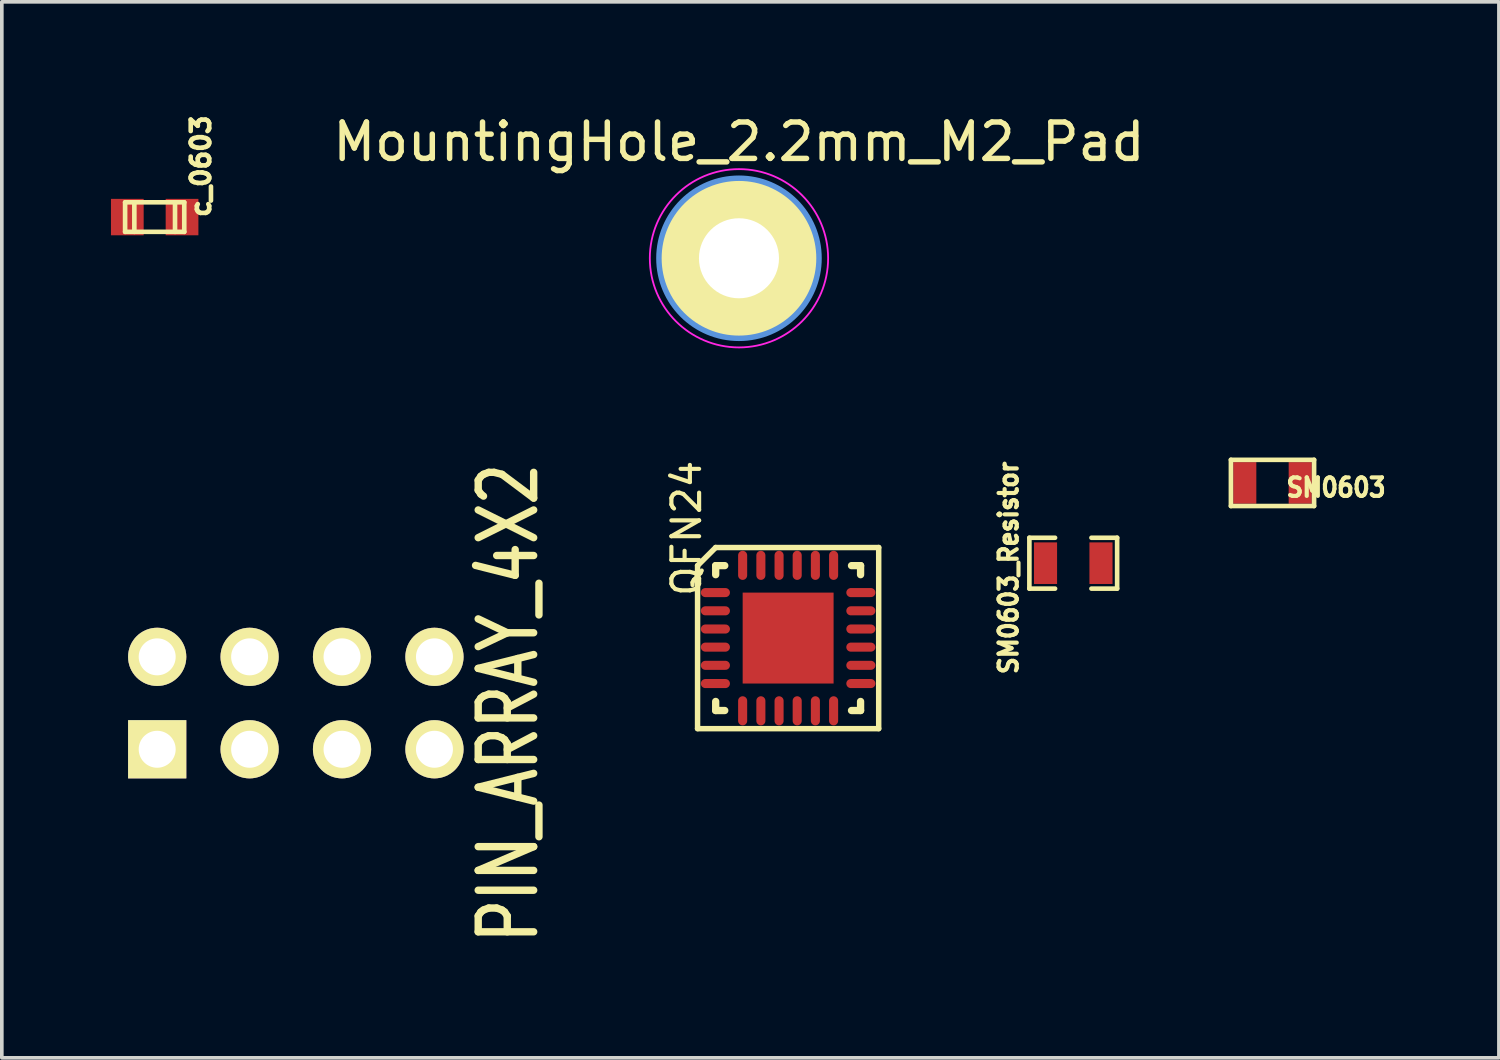
<source format=kicad_pcb>
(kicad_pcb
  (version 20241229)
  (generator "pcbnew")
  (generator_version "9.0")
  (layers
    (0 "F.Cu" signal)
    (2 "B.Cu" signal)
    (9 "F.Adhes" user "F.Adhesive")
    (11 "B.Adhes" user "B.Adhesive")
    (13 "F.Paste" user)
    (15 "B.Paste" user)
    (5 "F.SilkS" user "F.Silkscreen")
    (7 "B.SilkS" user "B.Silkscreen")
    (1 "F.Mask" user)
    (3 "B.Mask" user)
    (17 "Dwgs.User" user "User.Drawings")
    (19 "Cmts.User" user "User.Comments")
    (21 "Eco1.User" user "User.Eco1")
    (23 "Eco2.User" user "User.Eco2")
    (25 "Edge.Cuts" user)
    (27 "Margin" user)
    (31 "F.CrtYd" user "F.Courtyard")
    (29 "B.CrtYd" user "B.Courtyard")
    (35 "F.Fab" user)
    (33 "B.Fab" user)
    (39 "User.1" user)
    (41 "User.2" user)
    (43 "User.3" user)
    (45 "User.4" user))
  (footprint "SM0603"
    (layer "F.Cu")
    (at 31.922 10.222)
    (property "Reference" "SM0603" (at 1.746 0.127 0) (layer "F.SilkS") (effects (font (size 0.508 0.457) (thickness 0.114))))
    (attr smd)
    (fp_line (start -1.143 -0.635) (end 1.143 -0.635) (stroke (width 0.127) (type solid)) (layer "F.SilkS"))
    (fp_line (start -1.143 0.635) (end -1.143 -0.635) (stroke (width 0.127) (type solid)) (layer "F.SilkS"))
    (fp_line (start 1.143 -0.635) (end 1.143 0.635) (stroke (width 0.127) (type solid)) (layer "F.SilkS"))
    (fp_line (start 1.143 0.635) (end -1.143 0.635) (stroke (width 0.127) (type solid)) (layer "F.SilkS"))
    (pad "1" smd rect (at -0.762 0) (size 0.635 1.143) (layers "F.Cu" "F.Mask" "F.Paste"))
    (pad "2" smd rect (at 0.762 0) (size 0.635 1.143) (layers "F.Cu" "F.Mask" "F.Paste")))
  (footprint "SM0603_Resistor"
    (layer "F.Cu")
    (at 26.446 12.428)
    (property "Reference" "SM0603_Resistor" (at -1.778 0.127 90) (layer "F.SilkS") (effects (font (size 0.5 0.457) (thickness 0.114))))
    (attr smd)
    (fp_line (start -1.206 -0.699) (end -1.206 0.699) (stroke (width 0.127) (type solid)) (layer "F.SilkS"))
    (fp_line (start -1.206 0.699) (end -0.5 0.699) (stroke (width 0.127) (type solid)) (layer "F.SilkS"))
    (fp_line (start -0.5 -0.699) (end -1.206 -0.699) (stroke (width 0.127) (type solid)) (layer "F.SilkS"))
    (fp_line (start 1.206 -0.699) (end 0.5 -0.699) (stroke (width 0.127) (type solid)) (layer "F.SilkS"))
    (fp_line (start 1.206 -0.699) (end 1.206 0.699) (stroke (width 0.127) (type solid)) (layer "F.SilkS"))
    (fp_line (start 1.206 0.699) (end 0.5 0.699) (stroke (width 0.127) (type solid)) (layer "F.SilkS"))
    (pad "1" smd rect (at -0.762 0) (size 0.635 1.143) (layers "F.Cu" "F.Mask" "F.Paste"))
    (pad "2" smd rect (at 0.762 0) (size 0.635 1.143) (layers "F.Cu" "F.Mask" "F.Paste")))
  (footprint "c_0603"
    (layer "F.Cu")
    (at 1.201 2.916)
    (property "Reference" "c_0603" (at 1.27 -1.397 270) (layer "F.SilkS") (effects (font (size 0.508 0.508) (thickness 0.15))))
    (attr through_hole)
    (fp_line (start -0.813 -0.406) (end 0.813 -0.406) (stroke (width 0.127) (type solid)) (layer "F.SilkS"))
    (fp_line (start -0.813 0.406) (end -0.813 -0.406) (stroke (width 0.127) (type solid)) (layer "F.SilkS"))
    (fp_line (start -0.559 -0.381) (end -0.559 0.406) (stroke (width 0.127) (type solid)) (layer "F.SilkS"))
    (fp_line (start 0.559 0.406) (end 0.559 -0.406) (stroke (width 0.127) (type solid)) (layer "F.SilkS"))
    (fp_line (start 0.813 -0.406) (end 0.813 0.406) (stroke (width 0.127) (type solid)) (layer "F.SilkS"))
    (fp_line (start 0.813 0.406) (end -0.813 0.406) (stroke (width 0.127) (type solid)) (layer "F.SilkS"))
    (pad "1" smd rect (at 0.752 0) (size 0.899 1.001) (layers "F.Cu" "F.Mask" "F.Paste"))
    (pad "2" smd rect (at -0.752 0) (size 0.899 1.001) (layers "F.Cu" "F.Mask" "F.Paste")))
  (footprint "PIN_ARRAY_4X2"
    (layer "F.Cu")
    (at 5.08 16.272)
    (property "Reference" "PIN_ARRAY_4X2" (at 5.842 0 90) (layer "F.SilkS") (effects (font (size 1.524 1.143) (thickness 0.203))))
    (attr through_hole)
    (fp_line (start -5.08 -2.54) (end -5.08 2.54) (stroke (width 0.00012) (type solid)) (layer "F.SilkS"))
    (fp_line (start -5.08 2.54) (end 5.08 2.54) (stroke (width 0.00012) (type solid)) (layer "F.SilkS"))
    (fp_line (start 5.08 -2.54) (end -5.08 -2.54) (stroke (width 0.00012) (type solid)) (layer "F.SilkS"))
    (fp_line (start 5.08 2.54) (end 5.08 -2.54) (stroke (width 0.00012) (type solid)) (layer "F.SilkS"))
    (pad "1" thru_hole rect (at -3.81 1.27) (size 1.6 1.6) (drill 1.016) (layers "*.Cu" "*.Mask" "F.SilkS"))
    (pad "2" thru_hole circle (at -3.81 -1.27) (size 1.6 1.6) (drill 1.016) (layers "*.Cu" "*.Mask" "F.SilkS"))
    (pad "3" thru_hole circle (at -1.27 1.27) (size 1.6 1.6) (drill 1.016) (layers "*.Cu" "*.Mask" "F.SilkS"))
    (pad "4" thru_hole circle (at -1.27 -1.27) (size 1.6 1.6) (drill 1.016) (layers "*.Cu" "*.Mask" "F.SilkS"))
    (pad "5" thru_hole circle (at 1.27 1.27) (size 1.6 1.6) (drill 1.016) (layers "*.Cu" "*.Mask" "F.SilkS"))
    (pad "6" thru_hole circle (at 1.27 -1.27) (size 1.6 1.6) (drill 1.016) (layers "*.Cu" "*.Mask" "F.SilkS"))
    (pad "7" thru_hole circle (at 3.81 1.27) (size 1.6 1.6) (drill 1.016) (layers "*.Cu" "*.Mask" "F.SilkS"))
    (pad "8" thru_hole circle (at 3.81 -1.27) (size 1.6 1.6) (drill 1.016) (layers "*.Cu" "*.Mask" "F.SilkS")))
  (footprint "MountingHole_2.2mm_M2_Pad"
    (layer "F.Cu")
    (at 17.259 4.048)
    (property "Reference" "MountingHole_2.2mm_M2_Pad" (at 0 -3.2 0) (layer "F.SilkS") (effects (font (size 1 1) (thickness 0.15))))
    (attr through_hole)
    (fp_circle (center 0 0) (end 2.2 0) (stroke (width 0.15) (type solid)) (fill no) (layer "Cmts.User"))
    (fp_circle (center 0 0) (end 2.45 0) (stroke (width 0.05) (type solid)) (fill no) (layer "F.CrtYd"))
    (pad "1" thru_hole circle (at 0 0) (size 4.4 4.4) (drill 2.2) (layers "*.Cu" "*.Mask" "F.SilkS")))
  (footprint "QFN24"
    (layer "F.Cu")
    (at 18.61 14.486)
    (property "Reference" "QFN24" (at -2.793 -3.017 90) (layer "F.SilkS") (effects (font (size 0.762 0.762) (thickness 0.114))))
    (attr through_hole)
    (fp_line (start -2.489 -1.991) (end -2.489 2.489) (stroke (width 0.15) (type solid)) (layer "F.SilkS"))
    (fp_line (start -2.489 -1.991) (end -1.991 -2.489) (stroke (width 0.15) (type solid)) (layer "F.SilkS"))
    (fp_line (start -1.991 -2.489) (end 2.489 -2.489) (stroke (width 0.15) (type solid)) (layer "F.SilkS"))
    (fp_line (start -1.991 -1.991) (end -1.742 -1.991) (stroke (width 0.201) (type solid)) (layer "F.SilkS"))
    (fp_line (start -1.991 -1.742) (end -1.991 -1.991) (stroke (width 0.201) (type solid)) (layer "F.SilkS"))
    (fp_line (start -1.991 1.991) (end -1.991 1.742) (stroke (width 0.201) (type solid)) (layer "F.SilkS"))
    (fp_line (start -1.742 1.991) (end -1.991 1.991) (stroke (width 0.201) (type solid)) (layer "F.SilkS"))
    (fp_line (start 1.742 -1.991) (end 1.991 -1.991) (stroke (width 0.201) (type solid)) (layer "F.SilkS"))
    (fp_line (start 1.991 -1.991) (end 1.991 -1.742) (stroke (width 0.201) (type solid)) (layer "F.SilkS"))
    (fp_line (start 1.991 1.742) (end 1.991 1.991) (stroke (width 0.201) (type solid)) (layer "F.SilkS"))
    (fp_line (start 1.991 1.991) (end 1.742 1.991) (stroke (width 0.201) (type solid)) (layer "F.SilkS"))
    (fp_line (start 2.489 -2.489) (end 2.489 2.489) (stroke (width 0.15) (type solid)) (layer "F.SilkS"))
    (fp_line (start 2.489 2.489) (end -2.489 2.489) (stroke (width 0.15) (type solid)) (layer "F.SilkS"))
    (pad "1" smd oval (at -1.999 -1.25) (size 0.8 0.249) (layers "F.Cu" "F.Mask" "F.Paste"))
    (pad "2" smd oval (at -1.999 -0.749) (size 0.8 0.249) (layers "F.Cu" "F.Mask" "F.Paste"))
    (pad "3" smd oval (at -1.999 -0.249) (size 0.8 0.249) (layers "F.Cu" "F.Mask" "F.Paste"))
    (pad "4" smd oval (at -1.999 0.249) (size 0.8 0.249) (layers "F.Cu" "F.Mask" "F.Paste"))
    (pad "5" smd oval (at -1.999 0.749) (size 0.8 0.249) (layers "F.Cu" "F.Mask" "F.Paste"))
    (pad "6" smd oval (at -1.999 1.25) (size 0.8 0.249) (layers "F.Cu" "F.Mask" "F.Paste"))
    (pad "7" smd oval (at -1.25 1.999 90) (size 0.8 0.249) (layers "F.Cu" "F.Mask" "F.Paste"))
    (pad "8" smd oval (at -0.749 1.999 90) (size 0.8 0.249) (layers "F.Cu" "F.Mask" "F.Paste"))
    (pad "9" smd oval (at -0.249 1.999 90) (size 0.8 0.249) (layers "F.Cu" "F.Mask" "F.Paste"))
    (pad "10" smd oval (at 0.249 1.999 90) (size 0.8 0.249) (layers "F.Cu" "F.Mask" "F.Paste"))
    (pad "11" smd oval (at 0.749 1.999 90) (size 0.8 0.249) (layers "F.Cu" "F.Mask" "F.Paste"))
    (pad "12" smd oval (at 1.25 1.999 90) (size 0.8 0.249) (layers "F.Cu" "F.Mask" "F.Paste"))
    (pad "13" smd oval (at 1.999 1.25 180) (size 0.8 0.249) (layers "F.Cu" "F.Mask" "F.Paste"))
    (pad "14" smd oval (at 1.999 0.749 180) (size 0.8 0.249) (layers "F.Cu" "F.Mask" "F.Paste"))
    (pad "15" smd oval (at 1.999 0.249 180) (size 0.8 0.249) (layers "F.Cu" "F.Mask" "F.Paste"))
    (pad "16" smd oval (at 1.999 -0.249 180) (size 0.8 0.249) (layers "F.Cu" "F.Mask" "F.Paste"))
    (pad "17" smd oval (at 1.999 -0.749 180) (size 0.8 0.249) (layers "F.Cu" "F.Mask" "F.Paste"))
    (pad "18" smd oval (at 1.999 -1.25 180) (size 0.8 0.249) (layers "F.Cu" "F.Mask" "F.Paste"))
    (pad "19" smd oval (at 1.25 -1.999 270) (size 0.8 0.249) (layers "F.Cu" "F.Mask" "F.Paste"))
    (pad "20" smd oval (at 0.749 -1.999 270) (size 0.8 0.249) (layers "F.Cu" "F.Mask" "F.Paste"))
    (pad "21" smd oval (at 0.249 -1.999 270) (size 0.8 0.249) (layers "F.Cu" "F.Mask" "F.Paste"))
    (pad "22" smd oval (at -0.249 -1.999 270) (size 0.8 0.249) (layers "F.Cu" "F.Mask" "F.Paste"))
    (pad "23" smd oval (at -0.749 -1.999 270) (size 0.8 0.249) (layers "F.Cu" "F.Mask" "F.Paste"))
    (pad "24" smd oval (at -1.25 -1.999 270) (size 0.8 0.249) (layers "F.Cu" "F.Mask" "F.Paste"))
    (pad "GND" smd rect (at 0 0 270) (size 2.499 2.499) (layers "F.Cu" "F.Mask" "F.Paste")))
  (gr_rect
    (start -3 -3)
    (end 38.144 26.022)
    (stroke (width 0.1) (type default))
    (fill no)
    (layer "Edge.Cuts")))
</source>
